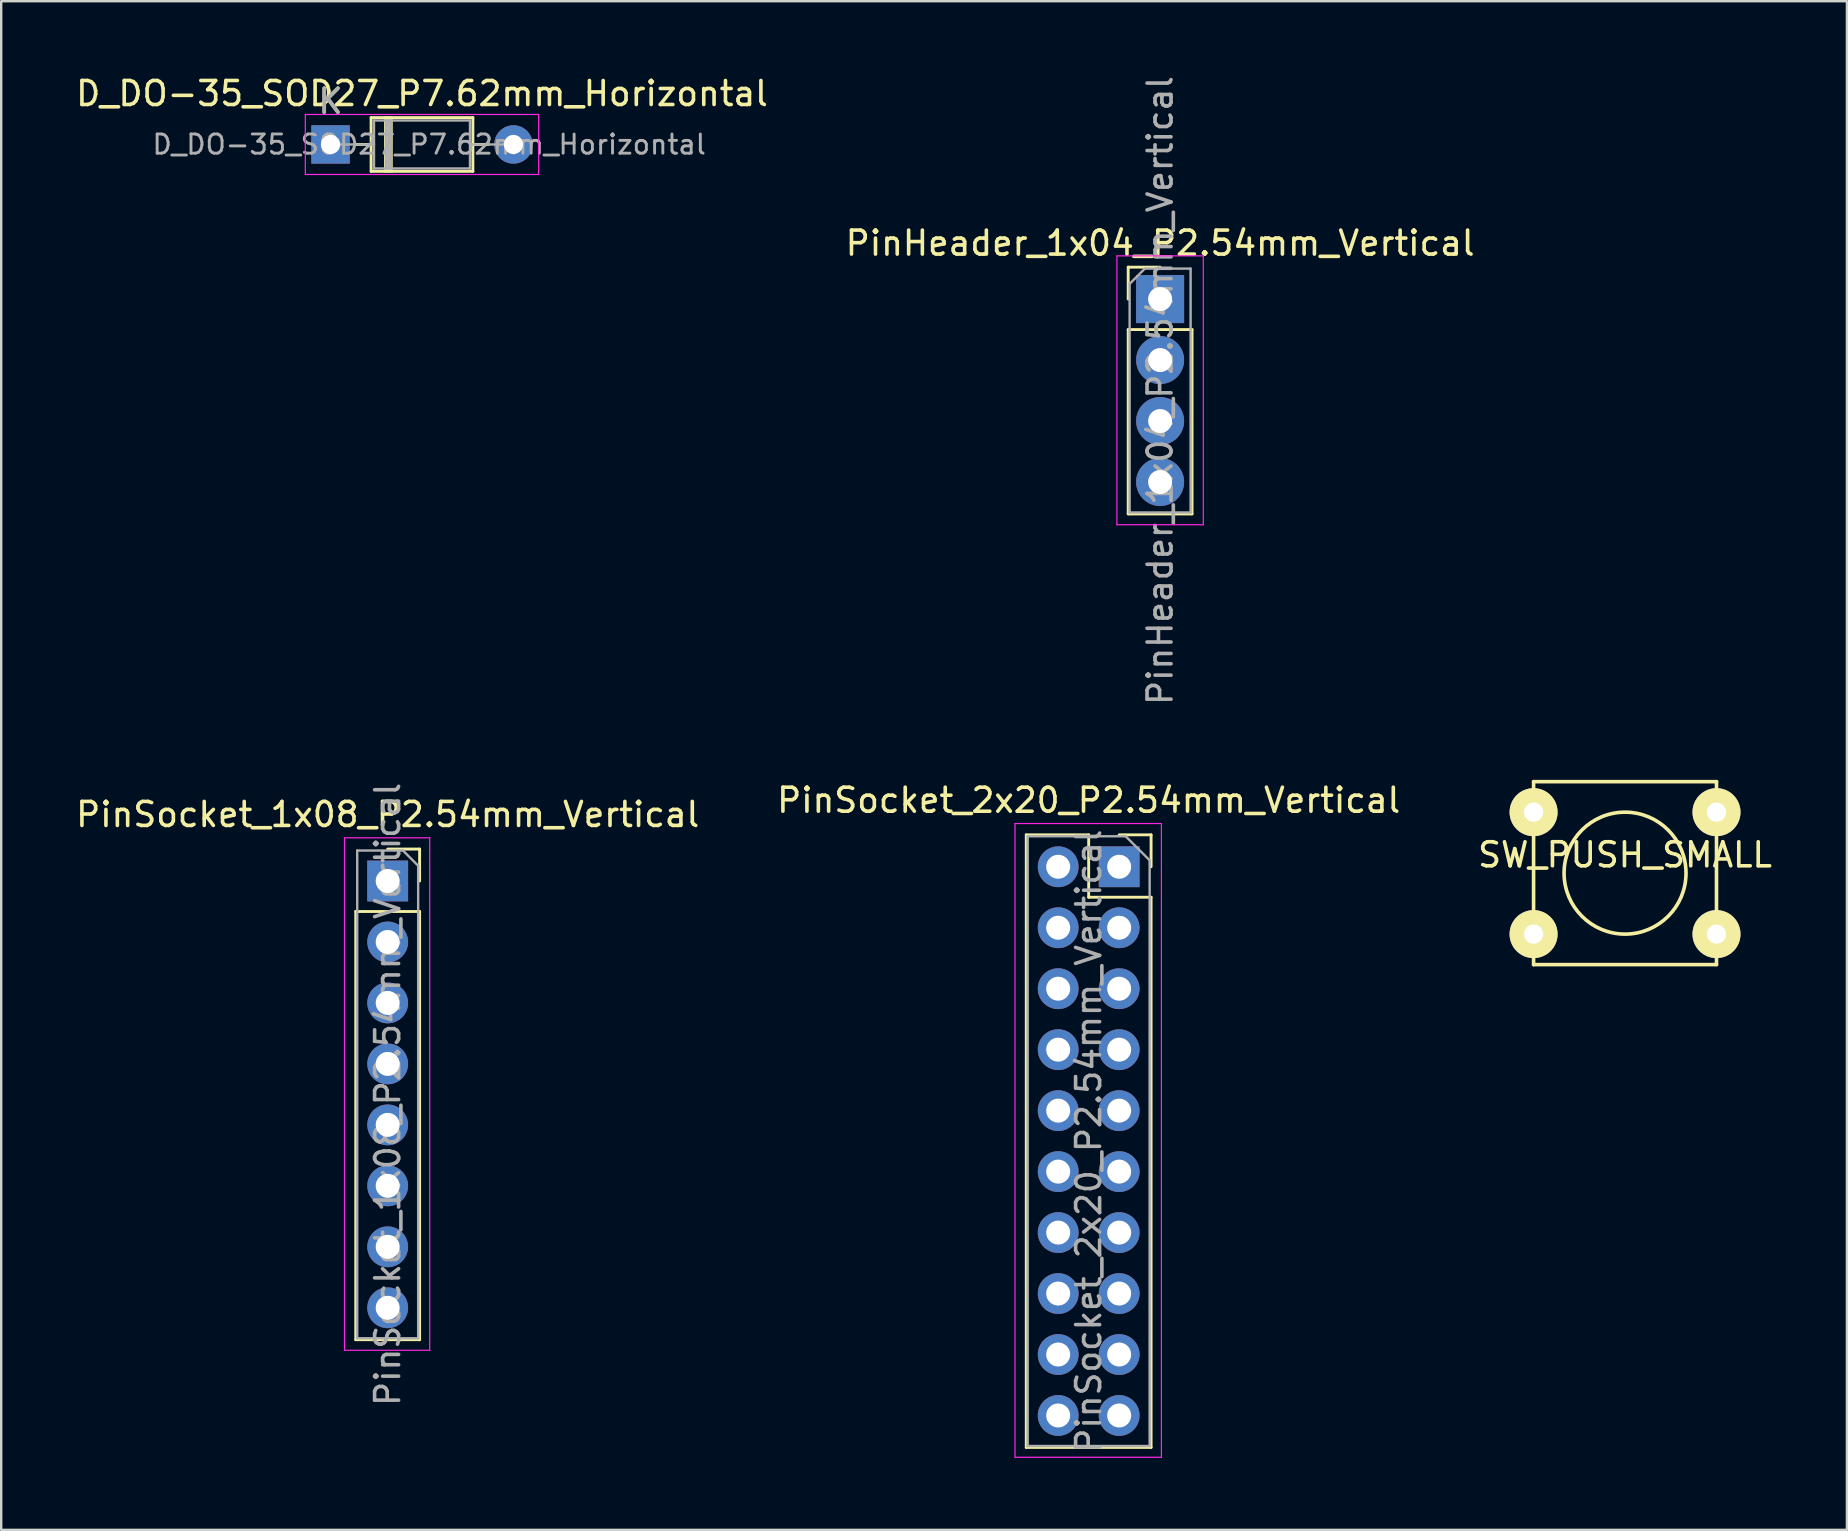
<source format=kicad_pcb>
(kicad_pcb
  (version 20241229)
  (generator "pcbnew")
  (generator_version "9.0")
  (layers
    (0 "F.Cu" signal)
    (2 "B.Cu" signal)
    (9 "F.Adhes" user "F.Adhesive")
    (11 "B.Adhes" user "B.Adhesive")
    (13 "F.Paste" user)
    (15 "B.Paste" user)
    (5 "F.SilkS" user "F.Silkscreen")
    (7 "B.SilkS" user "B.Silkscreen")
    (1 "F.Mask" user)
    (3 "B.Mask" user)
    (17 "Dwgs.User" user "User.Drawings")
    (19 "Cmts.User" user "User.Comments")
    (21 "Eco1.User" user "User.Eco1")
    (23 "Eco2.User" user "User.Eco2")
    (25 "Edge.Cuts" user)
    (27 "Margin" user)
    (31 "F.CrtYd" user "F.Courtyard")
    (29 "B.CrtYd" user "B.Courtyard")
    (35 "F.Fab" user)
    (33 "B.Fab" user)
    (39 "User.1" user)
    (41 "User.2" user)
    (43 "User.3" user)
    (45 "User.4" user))
  (footprint "PinSocket_1x08_P2.54mm_Vertical"
    (layer "F.Cu")
    (at 13.101 33.652)
    (property "Reference" "PinSocket_1x08_P2.54mm_Vertical" (at 0 -2.77 0) (layer "F.SilkS") (effects (font (size 1 1) (thickness 0.15))))
    (attr through_hole)
    (fp_line (start -1.33 1.27) (end -1.33 19.11) (stroke (width 0.12) (type solid)) (layer "F.SilkS"))
    (fp_line (start -1.33 1.27) (end 1.33 1.27) (stroke (width 0.12) (type solid)) (layer "F.SilkS"))
    (fp_line (start -1.33 19.11) (end 1.33 19.11) (stroke (width 0.12) (type solid)) (layer "F.SilkS"))
    (fp_line (start 0 -1.33) (end 1.33 -1.33) (stroke (width 0.12) (type solid)) (layer "F.SilkS"))
    (fp_line (start 1.33 -1.33) (end 1.33 0) (stroke (width 0.12) (type solid)) (layer "F.SilkS"))
    (fp_line (start 1.33 1.27) (end 1.33 19.11) (stroke (width 0.12) (type solid)) (layer "F.SilkS"))
    (fp_line (start -1.8 -1.8) (end 1.75 -1.8) (stroke (width 0.05) (type solid)) (layer "F.CrtYd"))
    (fp_line (start -1.8 19.55) (end -1.8 -1.8) (stroke (width 0.05) (type solid)) (layer "F.CrtYd"))
    (fp_line (start 1.75 -1.8) (end 1.75 19.55) (stroke (width 0.05) (type solid)) (layer "F.CrtYd"))
    (fp_line (start 1.75 19.55) (end -1.8 19.55) (stroke (width 0.05) (type solid)) (layer "F.CrtYd"))
    (fp_line (start -1.27 -1.27) (end 0.635 -1.27) (stroke (width 0.1) (type solid)) (layer "F.Fab"))
    (fp_line (start -1.27 19.05) (end -1.27 -1.27) (stroke (width 0.1) (type solid)) (layer "F.Fab"))
    (fp_line (start 0.635 -1.27) (end 1.27 -0.635) (stroke (width 0.1) (type solid)) (layer "F.Fab"))
    (fp_line (start 1.27 -0.635) (end 1.27 19.05) (stroke (width 0.1) (type solid)) (layer "F.Fab"))
    (fp_line (start 1.27 19.05) (end -1.27 19.05) (stroke (width 0.1) (type solid)) (layer "F.Fab"))
    (fp_text user "${REFERENCE}" (at 0 8.89 90) (layer "F.Fab") (effects (font (size 1 1) (thickness 0.15))))
    (pad "1" thru_hole rect (at 0 0) (size 1.7 1.7) (drill 1) (layers "*.Cu" "*.Mask"))
    (pad "2" thru_hole oval (at 0 2.54) (size 1.7 1.7) (drill 1) (layers "*.Cu" "*.Mask"))
    (pad "3" thru_hole oval (at 0 5.08) (size 1.7 1.7) (drill 1) (layers "*.Cu" "*.Mask"))
    (pad "4" thru_hole oval (at 0 7.62) (size 1.7 1.7) (drill 1) (layers "*.Cu" "*.Mask"))
    (pad "5" thru_hole oval (at 0 10.16) (size 1.7 1.7) (drill 1) (layers "*.Cu" "*.Mask"))
    (pad "6" thru_hole oval (at 0 12.7) (size 1.7 1.7) (drill 1) (layers "*.Cu" "*.Mask"))
    (pad "7" thru_hole oval (at 0 15.24) (size 1.7 1.7) (drill 1) (layers "*.Cu" "*.Mask"))
    (pad "8" thru_hole oval (at 0 17.78) (size 1.7 1.7) (drill 1) (layers "*.Cu" "*.Mask")))
  (footprint "D_DO-35_SOD27_P7.62mm_Horizontal"
    (layer "F.Cu")
    (at 10.72 2.968)
    (property "Reference" "D_DO-35_SOD27_P7.62mm_Horizontal" (at 3.81 -2.12 0) (layer "F.SilkS") (effects (font (size 1 1) (thickness 0.15))))
    (attr through_hole)
    (fp_line (start 1.04 0) (end 1.69 0) (stroke (width 0.12) (type solid)) (layer "F.SilkS"))
    (fp_line (start 1.69 -1.12) (end 1.69 1.12) (stroke (width 0.12) (type solid)) (layer "F.SilkS"))
    (fp_line (start 1.69 1.12) (end 5.93 1.12) (stroke (width 0.12) (type solid)) (layer "F.SilkS"))
    (fp_line (start 2.29 -1.12) (end 2.29 1.12) (stroke (width 0.12) (type solid)) (layer "F.SilkS"))
    (fp_line (start 2.41 -1.12) (end 2.41 1.12) (stroke (width 0.12) (type solid)) (layer "F.SilkS"))
    (fp_line (start 2.53 -1.12) (end 2.53 1.12) (stroke (width 0.12) (type solid)) (layer "F.SilkS"))
    (fp_line (start 5.93 -1.12) (end 1.69 -1.12) (stroke (width 0.12) (type solid)) (layer "F.SilkS"))
    (fp_line (start 5.93 1.12) (end 5.93 -1.12) (stroke (width 0.12) (type solid)) (layer "F.SilkS"))
    (fp_line (start 6.58 0) (end 5.93 0) (stroke (width 0.12) (type solid)) (layer "F.SilkS"))
    (fp_line (start -1.05 -1.25) (end -1.05 1.25) (stroke (width 0.05) (type solid)) (layer "F.CrtYd"))
    (fp_line (start -1.05 1.25) (end 8.67 1.25) (stroke (width 0.05) (type solid)) (layer "F.CrtYd"))
    (fp_line (start 8.67 -1.25) (end -1.05 -1.25) (stroke (width 0.05) (type solid)) (layer "F.CrtYd"))
    (fp_line (start 8.67 1.25) (end 8.67 -1.25) (stroke (width 0.05) (type solid)) (layer "F.CrtYd"))
    (fp_line (start 0 0) (end 1.81 0) (stroke (width 0.1) (type solid)) (layer "F.Fab"))
    (fp_line (start 1.81 -1) (end 1.81 1) (stroke (width 0.1) (type solid)) (layer "F.Fab"))
    (fp_line (start 1.81 1) (end 5.81 1) (stroke (width 0.1) (type solid)) (layer "F.Fab"))
    (fp_line (start 2.31 -1) (end 2.31 1) (stroke (width 0.1) (type solid)) (layer "F.Fab"))
    (fp_line (start 2.41 -1) (end 2.41 1) (stroke (width 0.1) (type solid)) (layer "F.Fab"))
    (fp_line (start 2.51 -1) (end 2.51 1) (stroke (width 0.1) (type solid)) (layer "F.Fab"))
    (fp_line (start 5.81 -1) (end 1.81 -1) (stroke (width 0.1) (type solid)) (layer "F.Fab"))
    (fp_line (start 5.81 1) (end 5.81 -1) (stroke (width 0.1) (type solid)) (layer "F.Fab"))
    (fp_line (start 7.62 0) (end 5.81 0) (stroke (width 0.1) (type solid)) (layer "F.Fab"))
    (fp_text user "K" (at 0 -1.8 0) (layer "F.SilkS") (effects (font (size 1 1) (thickness 0.15))))
    (fp_text user "K" (at 0 -1.8 0) (layer "F.Fab") (effects (font (size 1 1) (thickness 0.15))))
    (fp_text user "${REFERENCE}" (at 4.11 0 0) (layer "F.Fab") (effects (font (size 0.8 0.8) (thickness 0.12))))
    (pad "1" thru_hole rect (at 0 0) (size 1.6 1.6) (drill 0.8) (layers "*.Cu" "*.Mask"))
    (pad "2" thru_hole oval (at 7.62 0) (size 1.6 1.6) (drill 0.8) (layers "*.Cu" "*.Mask")))
  (footprint "PinHeader_1x04_P2.54mm_Vertical"
    (layer "F.Cu")
    (at 45.28 9.41)
    (property "Reference" "PinHeader_1x04_P2.54mm_Vertical" (at 0 -2.33 0) (layer "F.SilkS") (effects (font (size 1 1) (thickness 0.15))))
    (attr through_hole)
    (fp_line (start -1.33 -1.33) (end 0 -1.33) (stroke (width 0.12) (type solid)) (layer "F.SilkS"))
    (fp_line (start -1.33 0) (end -1.33 -1.33) (stroke (width 0.12) (type solid)) (layer "F.SilkS"))
    (fp_line (start -1.33 1.27) (end -1.33 8.95) (stroke (width 0.12) (type solid)) (layer "F.SilkS"))
    (fp_line (start -1.33 1.27) (end 1.33 1.27) (stroke (width 0.12) (type solid)) (layer "F.SilkS"))
    (fp_line (start -1.33 8.95) (end 1.33 8.95) (stroke (width 0.12) (type solid)) (layer "F.SilkS"))
    (fp_line (start 1.33 1.27) (end 1.33 8.95) (stroke (width 0.12) (type solid)) (layer "F.SilkS"))
    (fp_line (start -1.8 -1.8) (end -1.8 9.4) (stroke (width 0.05) (type solid)) (layer "F.CrtYd"))
    (fp_line (start -1.8 9.4) (end 1.8 9.4) (stroke (width 0.05) (type solid)) (layer "F.CrtYd"))
    (fp_line (start 1.8 -1.8) (end -1.8 -1.8) (stroke (width 0.05) (type solid)) (layer "F.CrtYd"))
    (fp_line (start 1.8 9.4) (end 1.8 -1.8) (stroke (width 0.05) (type solid)) (layer "F.CrtYd"))
    (fp_line (start -1.27 -0.635) (end -0.635 -1.27) (stroke (width 0.1) (type solid)) (layer "F.Fab"))
    (fp_line (start -1.27 8.89) (end -1.27 -0.635) (stroke (width 0.1) (type solid)) (layer "F.Fab"))
    (fp_line (start -0.635 -1.27) (end 1.27 -1.27) (stroke (width 0.1) (type solid)) (layer "F.Fab"))
    (fp_line (start 1.27 -1.27) (end 1.27 8.89) (stroke (width 0.1) (type solid)) (layer "F.Fab"))
    (fp_line (start 1.27 8.89) (end -1.27 8.89) (stroke (width 0.1) (type solid)) (layer "F.Fab"))
    (fp_text user "${REFERENCE}" (at 0 3.81 90) (layer "F.Fab") (effects (font (size 1 1) (thickness 0.15))))
    (pad "1" thru_hole rect (at 0 0) (size 2 2) (drill 1) (layers "*.Cu" "*.Mask"))
    (pad "2" thru_hole oval (at 0 2.54) (size 2 2) (drill 1) (layers "*.Cu" "*.Mask"))
    (pad "3" thru_hole oval (at 0 5.08) (size 2 2) (drill 1) (layers "*.Cu" "*.Mask"))
    (pad "4" thru_hole oval (at 0 7.62) (size 2 2) (drill 1) (layers "*.Cu" "*.Mask")))
  (footprint "SW_PUSH_SMALL"
    (layer "F.Cu")
    (at 64.649 33.325)
    (property "Reference" "SW_PUSH_SMALL" (at 0 -0.762 0) (layer "F.SilkS") (effects (font (size 1 1) (thickness 0.15))))
    (attr through_hole)
    (fp_line (start -3.81 -3.81) (end -3.81 3.81) (stroke (width 0.15) (type solid)) (layer "F.SilkS"))
    (fp_line (start -3.81 -3.81) (end 3.81 -3.81) (stroke (width 0.15) (type solid)) (layer "F.SilkS"))
    (fp_line (start 3.81 -3.81) (end 3.81 3.81) (stroke (width 0.15) (type solid)) (layer "F.SilkS"))
    (fp_line (start 3.81 3.81) (end -3.81 3.81) (stroke (width 0.15) (type solid)) (layer "F.SilkS"))
    (fp_circle (center 0 0) (end 0 -2.54) (stroke (width 0.15) (type solid)) (fill no) (layer "F.SilkS"))
    (pad "1" thru_hole circle (at -3.81 -2.54) (size 2 2) (drill 0.8) (layers "*.Cu" "*.Mask" "F.SilkS"))
    (pad "1" thru_hole circle (at 3.81 -2.54) (size 2 2) (drill 0.8) (layers "*.Cu" "*.Mask" "F.SilkS"))
    (pad "2" thru_hole circle (at -3.81 2.54) (size 2 2) (drill 0.8) (layers "*.Cu" "*.Mask" "F.SilkS"))
    (pad "2" thru_hole circle (at 3.81 2.54) (size 2 2) (drill 0.8) (layers "*.Cu" "*.Mask" "F.SilkS")))
  (footprint "PinSocket_2x20_P2.54mm_Vertical"
    (layer "F.Cu")
    (at 43.574 33.059)
    (property "Reference" "PinSocket_2x20_P2.54mm_Vertical" (at -1.27 -2.77 0) (layer "F.SilkS") (effects (font (size 1 1) (thickness 0.15))))
    (attr through_hole)
    (fp_line (start -3.87 -1.33) (end -3.87 24.19) (stroke (width 0.12) (type solid)) (layer "F.SilkS"))
    (fp_line (start -3.87 -1.33) (end -1.27 -1.33) (stroke (width 0.12) (type solid)) (layer "F.SilkS"))
    (fp_line (start -3.87 24.19) (end 1.33 24.19) (stroke (width 0.12) (type solid)) (layer "F.SilkS"))
    (fp_line (start -1.27 -1.33) (end -1.27 1.27) (stroke (width 0.12) (type solid)) (layer "F.SilkS"))
    (fp_line (start -1.27 1.27) (end 1.33 1.27) (stroke (width 0.12) (type solid)) (layer "F.SilkS"))
    (fp_line (start 0 -1.33) (end 1.33 -1.33) (stroke (width 0.12) (type solid)) (layer "F.SilkS"))
    (fp_line (start 1.33 -1.33) (end 1.33 0) (stroke (width 0.12) (type solid)) (layer "F.SilkS"))
    (fp_line (start 1.33 1.27) (end 1.33 24.19) (stroke (width 0.12) (type solid)) (layer "F.SilkS"))
    (fp_line (start -4.34 -1.8) (end 1.76 -1.8) (stroke (width 0.05) (type solid)) (layer "F.CrtYd"))
    (fp_line (start -4.34 24.6) (end -4.34 -1.8) (stroke (width 0.05) (type solid)) (layer "F.CrtYd"))
    (fp_line (start 1.76 -1.8) (end 1.76 24.6) (stroke (width 0.05) (type solid)) (layer "F.CrtYd"))
    (fp_line (start 1.76 24.6) (end -4.34 24.6) (stroke (width 0.05) (type solid)) (layer "F.CrtYd"))
    (fp_line (start -3.81 -1.27) (end 0.27 -1.27) (stroke (width 0.1) (type solid)) (layer "F.Fab"))
    (fp_line (start -3.81 24.13) (end -3.81 -1.27) (stroke (width 0.1) (type solid)) (layer "F.Fab"))
    (fp_line (start 0.27 -1.27) (end 1.27 -0.27) (stroke (width 0.1) (type solid)) (layer "F.Fab"))
    (fp_line (start 1.27 -0.27) (end 1.27 24.13) (stroke (width 0.1) (type solid)) (layer "F.Fab"))
    (fp_line (start 1.27 24.13) (end -3.81 24.13) (stroke (width 0.1) (type solid)) (layer "F.Fab"))
    (fp_text user "${REFERENCE}" (at -1.27 11.43 90) (layer "F.Fab") (effects (font (size 1 1) (thickness 0.15))))
    (pad "1" thru_hole rect (at 0 0) (size 1.7 1.7) (drill 1) (layers "*.Cu" "*.Mask"))
    (pad "2" thru_hole oval (at -2.54 0) (size 1.7 1.7) (drill 1) (layers "*.Cu" "*.Mask"))
    (pad "3" thru_hole oval (at 0 2.54) (size 1.7 1.7) (drill 1) (layers "*.Cu" "*.Mask"))
    (pad "4" thru_hole oval (at -2.54 2.54) (size 1.7 1.7) (drill 1) (layers "*.Cu" "*.Mask"))
    (pad "5" thru_hole oval (at 0 5.08) (size 1.7 1.7) (drill 1) (layers "*.Cu" "*.Mask"))
    (pad "6" thru_hole oval (at -2.54 5.08) (size 1.7 1.7) (drill 1) (layers "*.Cu" "*.Mask"))
    (pad "7" thru_hole oval (at 0 7.62) (size 1.7 1.7) (drill 1) (layers "*.Cu" "*.Mask"))
    (pad "8" thru_hole oval (at -2.54 7.62) (size 1.7 1.7) (drill 1) (layers "*.Cu" "*.Mask"))
    (pad "9" thru_hole oval (at 0 10.16) (size 1.7 1.7) (drill 1) (layers "*.Cu" "*.Mask"))
    (pad "10" thru_hole oval (at -2.54 10.16) (size 1.7 1.7) (drill 1) (layers "*.Cu" "*.Mask"))
    (pad "11" thru_hole oval (at 0 12.7) (size 1.7 1.7) (drill 1) (layers "*.Cu" "*.Mask"))
    (pad "12" thru_hole oval (at -2.54 12.7) (size 1.7 1.7) (drill 1) (layers "*.Cu" "*.Mask"))
    (pad "13" thru_hole oval (at 0 15.24) (size 1.7 1.7) (drill 1) (layers "*.Cu" "*.Mask"))
    (pad "14" thru_hole oval (at -2.54 15.24) (size 1.7 1.7) (drill 1) (layers "*.Cu" "*.Mask"))
    (pad "15" thru_hole oval (at 0 17.78) (size 1.7 1.7) (drill 1) (layers "*.Cu" "*.Mask"))
    (pad "16" thru_hole oval (at -2.54 17.78) (size 1.7 1.7) (drill 1) (layers "*.Cu" "*.Mask"))
    (pad "17" thru_hole oval (at 0 20.32) (size 1.7 1.7) (drill 1) (layers "*.Cu" "*.Mask"))
    (pad "18" thru_hole oval (at -2.54 20.32) (size 1.7 1.7) (drill 1) (layers "*.Cu" "*.Mask"))
    (pad "19" thru_hole oval (at 0 22.86) (size 1.7 1.7) (drill 1) (layers "*.Cu" "*.Mask"))
    (pad "20" thru_hole oval (at -2.54 22.86) (size 1.7 1.7) (drill 1) (layers "*.Cu" "*.Mask")))
  (gr_rect
    (start -3 -3)
    (end 73.893 60.684)
    (stroke (width 0.1) (type default))
    (fill no)
    (layer "Edge.Cuts")))
</source>
